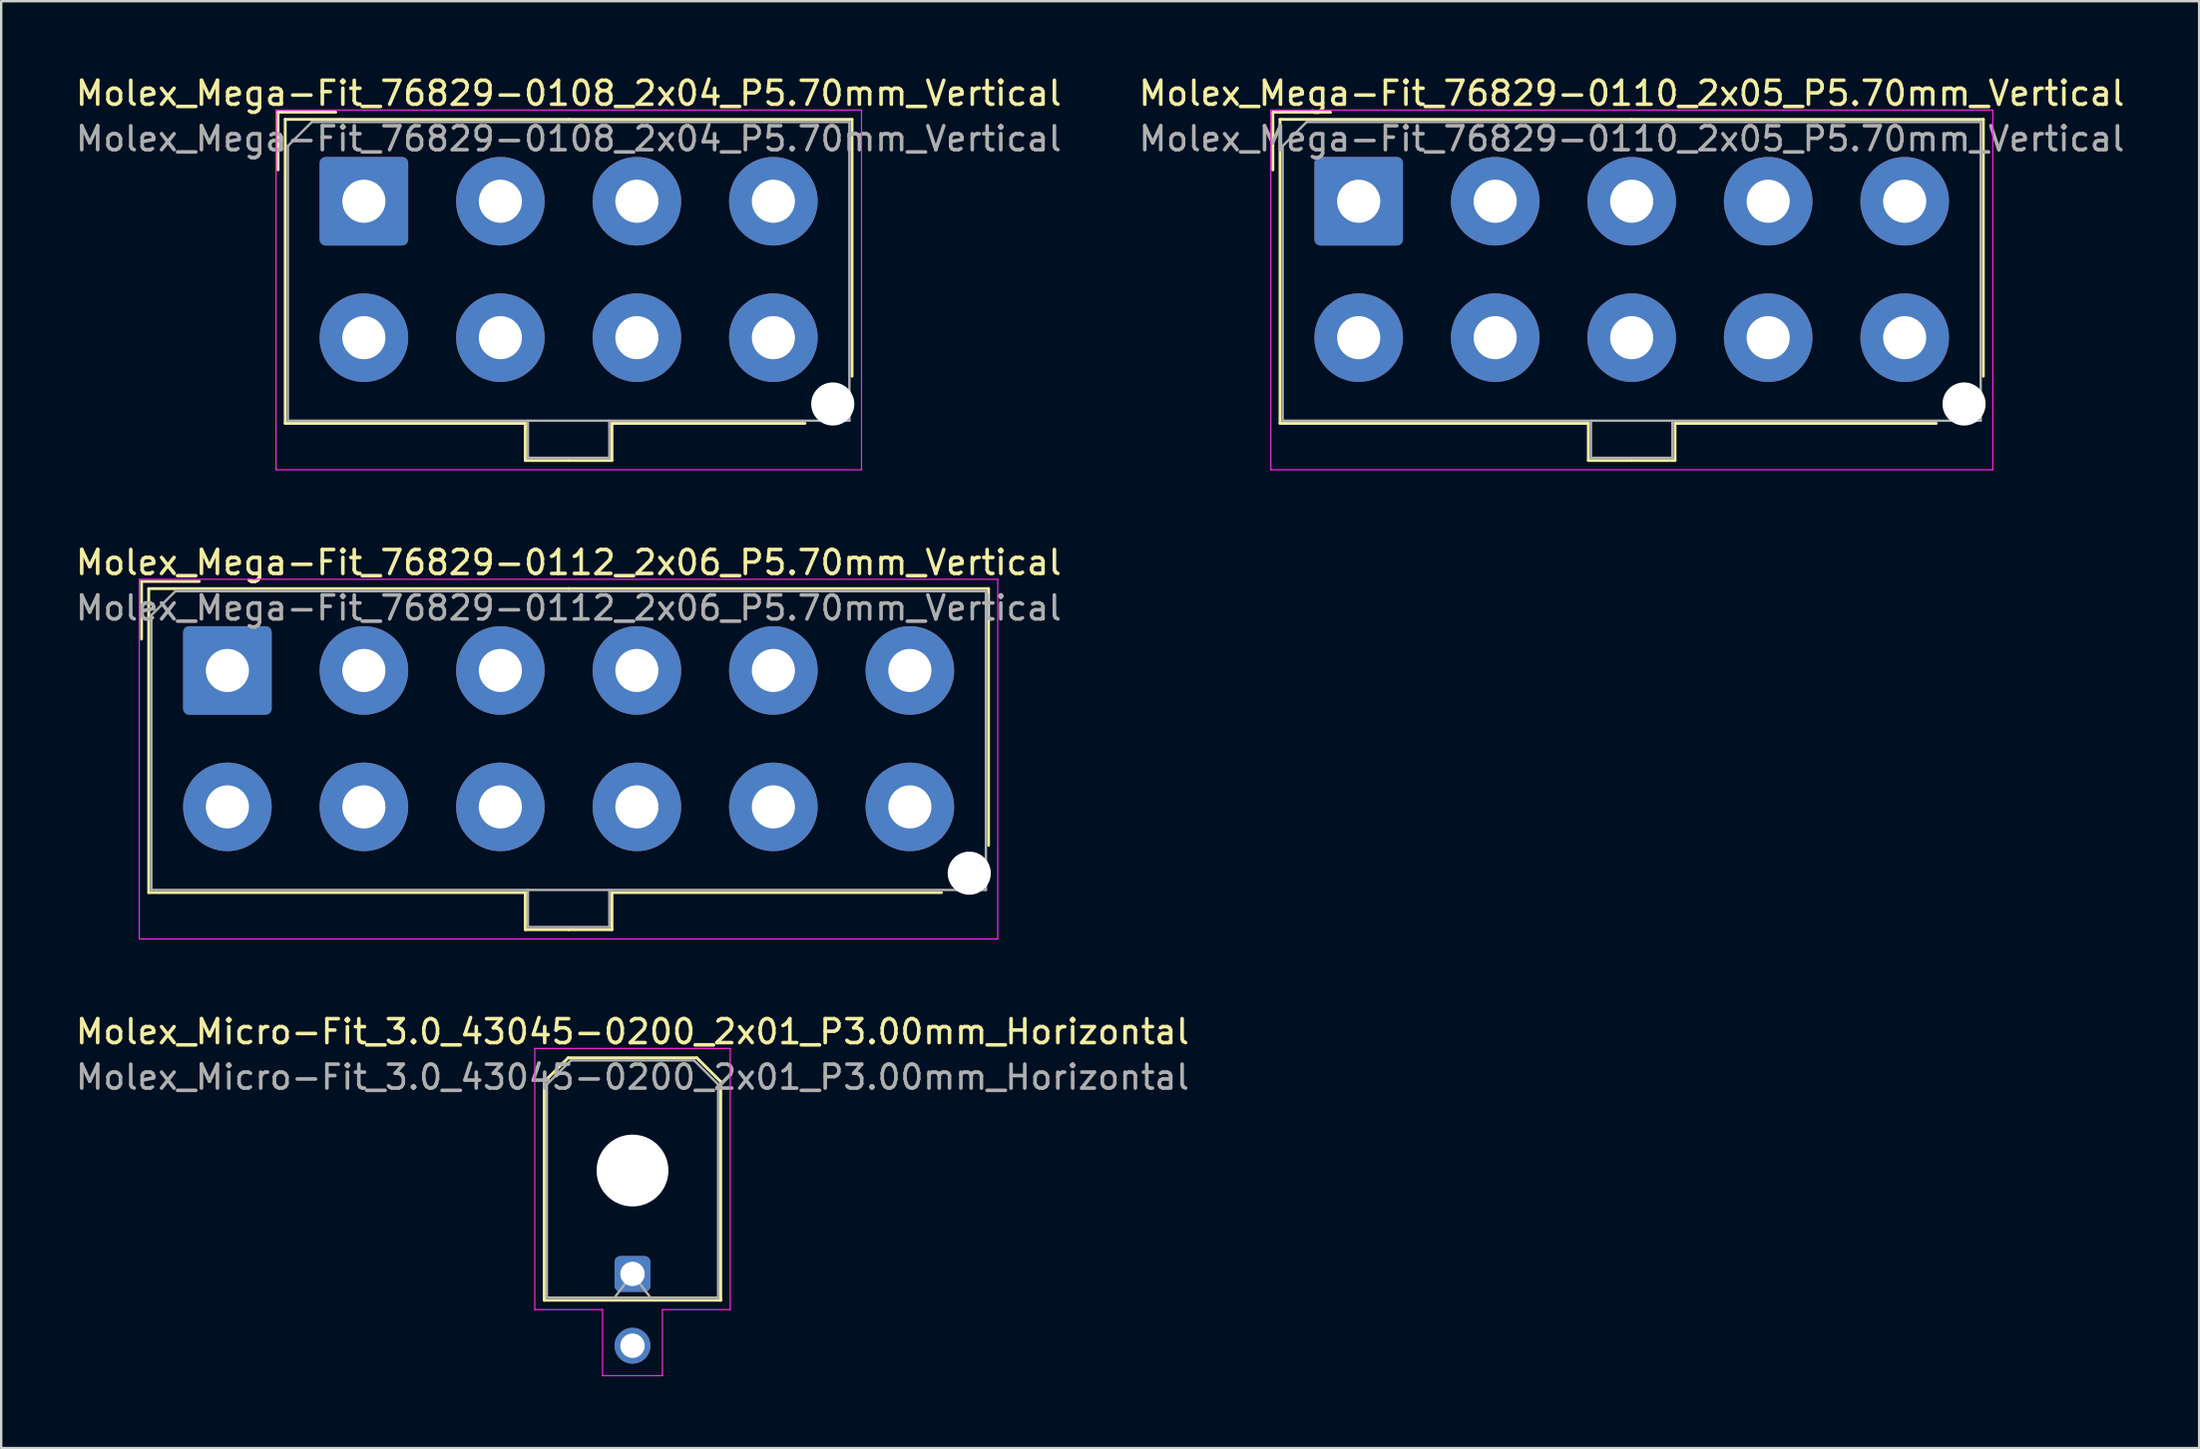
<source format=kicad_pcb>
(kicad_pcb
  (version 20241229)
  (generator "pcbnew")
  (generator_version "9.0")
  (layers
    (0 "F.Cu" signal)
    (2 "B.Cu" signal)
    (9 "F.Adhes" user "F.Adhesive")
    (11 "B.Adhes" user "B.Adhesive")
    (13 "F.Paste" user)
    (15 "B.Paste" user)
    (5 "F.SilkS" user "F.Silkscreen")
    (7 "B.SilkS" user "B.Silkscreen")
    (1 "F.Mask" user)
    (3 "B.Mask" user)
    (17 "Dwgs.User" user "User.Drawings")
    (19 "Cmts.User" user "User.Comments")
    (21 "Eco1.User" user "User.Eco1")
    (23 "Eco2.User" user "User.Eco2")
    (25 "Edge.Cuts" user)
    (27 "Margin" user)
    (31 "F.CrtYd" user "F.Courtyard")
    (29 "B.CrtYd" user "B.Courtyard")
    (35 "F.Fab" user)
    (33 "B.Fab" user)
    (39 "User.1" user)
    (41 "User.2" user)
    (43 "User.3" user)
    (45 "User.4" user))
  (footprint "Molex_Mega-Fit_76829-0112_2x06_P5.70mm_Vertical"
    (layer "F.Cu")
    (at 6.446 24.962)
    (property "Reference" "Molex_Mega-Fit_76829-0112_2x06_P5.70mm_Vertical" (at 14.25 -4.51 0) (layer "F.SilkS") (effects (font (size 1 1) (thickness 0.15))))
    (attr through_hole)
    (fp_line (start -3.585 -3.72) (end -1.175 -3.72) (stroke (width 0.12) (type solid)) (layer "F.SilkS"))
    (fp_line (start -3.585 -1.31) (end -3.585 -3.72) (stroke (width 0.12) (type solid)) (layer "F.SilkS"))
    (fp_line (start -3.285 -3.42) (end -3.285 9.28) (stroke (width 0.12) (type solid)) (layer "F.SilkS"))
    (fp_line (start -3.285 9.28) (end 12.44 9.28) (stroke (width 0.12) (type solid)) (layer "F.SilkS"))
    (fp_line (start 12.44 9.28) (end 12.44 10.83) (stroke (width 0.12) (type solid)) (layer "F.SilkS"))
    (fp_line (start 12.44 10.83) (end 14.25 10.83) (stroke (width 0.12) (type solid)) (layer "F.SilkS"))
    (fp_line (start 14.25 -3.42) (end -3.285 -3.42) (stroke (width 0.12) (type solid)) (layer "F.SilkS"))
    (fp_line (start 14.25 -3.42) (end 31.785 -3.42) (stroke (width 0.12) (type solid)) (layer "F.SilkS"))
    (fp_line (start 16.06 9.28) (end 16.06 10.83) (stroke (width 0.12) (type solid)) (layer "F.SilkS"))
    (fp_line (start 16.06 10.83) (end 14.25 10.83) (stroke (width 0.12) (type solid)) (layer "F.SilkS"))
    (fp_line (start 29.82 9.28) (end 16.06 9.28) (stroke (width 0.12) (type solid)) (layer "F.SilkS"))
    (fp_line (start 31.785 -3.42) (end 31.785 7.31) (stroke (width 0.12) (type solid)) (layer "F.SilkS"))
    (fp_line (start -3.68 -3.81) (end -3.68 11.22) (stroke (width 0.05) (type solid)) (layer "F.CrtYd"))
    (fp_line (start -3.68 11.22) (end 32.17 11.22) (stroke (width 0.05) (type solid)) (layer "F.CrtYd"))
    (fp_line (start 32.17 -3.81) (end -3.68 -3.81) (stroke (width 0.05) (type solid)) (layer "F.CrtYd"))
    (fp_line (start 32.17 11.22) (end 32.17 -3.81) (stroke (width 0.05) (type solid)) (layer "F.CrtYd"))
    (fp_line (start -3.175 -2.31) (end -3.175 9.17) (stroke (width 0.1) (type solid)) (layer "F.Fab"))
    (fp_line (start -3.175 9.17) (end 31.675 9.17) (stroke (width 0.1) (type solid)) (layer "F.Fab"))
    (fp_line (start -2.175 -3.31) (end -3.175 -2.31) (stroke (width 0.1) (type solid)) (layer "F.Fab"))
    (fp_line (start 12.55 9.17) (end 12.55 10.72) (stroke (width 0.1) (type solid)) (layer "F.Fab"))
    (fp_line (start 12.55 10.72) (end 15.95 10.72) (stroke (width 0.1) (type solid)) (layer "F.Fab"))
    (fp_line (start 15.95 10.72) (end 15.95 9.17) (stroke (width 0.1) (type solid)) (layer "F.Fab"))
    (fp_line (start 31.675 -3.31) (end -2.175 -3.31) (stroke (width 0.1) (type solid)) (layer "F.Fab"))
    (fp_line (start 31.675 9.17) (end 31.675 -3.31) (stroke (width 0.1) (type solid)) (layer "F.Fab"))
    (fp_text user "${REFERENCE}" (at 14.25 -2.61 0) (layer "F.Fab") (effects (font (size 1 1) (thickness 0.15))))
    (pad "" np_thru_hole circle (at 30.98 8.47) (size 1.8 1.8) (drill 1.8) (layers "*.Cu" "*.Mask"))
    (pad "1" thru_hole roundrect (at 0 0) (size 3.7 3.7) (drill 1.8) (layers "*.Cu" "*.Mask") (roundrect_rratio 0.068))
    (pad "2" thru_hole circle (at 5.7 0) (size 3.7 3.7) (drill 1.8) (layers "*.Cu" "*.Mask"))
    (pad "3" thru_hole circle (at 11.4 0) (size 3.7 3.7) (drill 1.8) (layers "*.Cu" "*.Mask"))
    (pad "4" thru_hole circle (at 17.1 0) (size 3.7 3.7) (drill 1.8) (layers "*.Cu" "*.Mask"))
    (pad "5" thru_hole circle (at 22.8 0) (size 3.7 3.7) (drill 1.8) (layers "*.Cu" "*.Mask"))
    (pad "6" thru_hole circle (at 28.5 0) (size 3.7 3.7) (drill 1.8) (layers "*.Cu" "*.Mask"))
    (pad "7" thru_hole circle (at 0 5.7) (size 3.7 3.7) (drill 1.8) (layers "*.Cu" "*.Mask"))
    (pad "8" thru_hole circle (at 5.7 5.7) (size 3.7 3.7) (drill 1.8) (layers "*.Cu" "*.Mask"))
    (pad "9" thru_hole circle (at 11.4 5.7) (size 3.7 3.7) (drill 1.8) (layers "*.Cu" "*.Mask"))
    (pad "10" thru_hole circle (at 17.1 5.7) (size 3.7 3.7) (drill 1.8) (layers "*.Cu" "*.Mask"))
    (pad "11" thru_hole circle (at 22.8 5.7) (size 3.7 3.7) (drill 1.8) (layers "*.Cu" "*.Mask"))
    (pad "12" thru_hole circle (at 28.5 5.7) (size 3.7 3.7) (drill 1.8) (layers "*.Cu" "*.Mask")))
  (footprint "Molex_Mega-Fit_76829-0108_2x04_P5.70mm_Vertical"
    (layer "F.Cu")
    (at 12.146 5.358)
    (property "Reference" "Molex_Mega-Fit_76829-0108_2x04_P5.70mm_Vertical" (at 8.55 -4.51 0) (layer "F.SilkS") (effects (font (size 1 1) (thickness 0.15))))
    (attr through_hole)
    (fp_line (start -3.585 -3.72) (end -1.175 -3.72) (stroke (width 0.12) (type solid)) (layer "F.SilkS"))
    (fp_line (start -3.585 -1.31) (end -3.585 -3.72) (stroke (width 0.12) (type solid)) (layer "F.SilkS"))
    (fp_line (start -3.285 -3.42) (end -3.285 9.28) (stroke (width 0.12) (type solid)) (layer "F.SilkS"))
    (fp_line (start -3.285 9.28) (end 6.74 9.28) (stroke (width 0.12) (type solid)) (layer "F.SilkS"))
    (fp_line (start 6.74 9.28) (end 6.74 10.83) (stroke (width 0.12) (type solid)) (layer "F.SilkS"))
    (fp_line (start 6.74 10.83) (end 8.55 10.83) (stroke (width 0.12) (type solid)) (layer "F.SilkS"))
    (fp_line (start 8.55 -3.42) (end -3.285 -3.42) (stroke (width 0.12) (type solid)) (layer "F.SilkS"))
    (fp_line (start 8.55 -3.42) (end 20.385 -3.42) (stroke (width 0.12) (type solid)) (layer "F.SilkS"))
    (fp_line (start 10.36 9.28) (end 10.36 10.83) (stroke (width 0.12) (type solid)) (layer "F.SilkS"))
    (fp_line (start 10.36 10.83) (end 8.55 10.83) (stroke (width 0.12) (type solid)) (layer "F.SilkS"))
    (fp_line (start 18.42 9.28) (end 10.36 9.28) (stroke (width 0.12) (type solid)) (layer "F.SilkS"))
    (fp_line (start 20.385 -3.42) (end 20.385 7.31) (stroke (width 0.12) (type solid)) (layer "F.SilkS"))
    (fp_line (start -3.67 -3.81) (end -3.67 11.22) (stroke (width 0.05) (type solid)) (layer "F.CrtYd"))
    (fp_line (start -3.67 11.22) (end 20.78 11.22) (stroke (width 0.05) (type solid)) (layer "F.CrtYd"))
    (fp_line (start 20.78 -3.81) (end -3.67 -3.81) (stroke (width 0.05) (type solid)) (layer "F.CrtYd"))
    (fp_line (start 20.78 11.22) (end 20.78 -3.81) (stroke (width 0.05) (type solid)) (layer "F.CrtYd"))
    (fp_line (start -3.175 -2.31) (end -3.175 9.17) (stroke (width 0.1) (type solid)) (layer "F.Fab"))
    (fp_line (start -3.175 9.17) (end 20.275 9.17) (stroke (width 0.1) (type solid)) (layer "F.Fab"))
    (fp_line (start -2.175 -3.31) (end -3.175 -2.31) (stroke (width 0.1) (type solid)) (layer "F.Fab"))
    (fp_line (start 6.85 9.17) (end 6.85 10.72) (stroke (width 0.1) (type solid)) (layer "F.Fab"))
    (fp_line (start 6.85 10.72) (end 10.25 10.72) (stroke (width 0.1) (type solid)) (layer "F.Fab"))
    (fp_line (start 10.25 10.72) (end 10.25 9.17) (stroke (width 0.1) (type solid)) (layer "F.Fab"))
    (fp_line (start 20.275 -3.31) (end -2.175 -3.31) (stroke (width 0.1) (type solid)) (layer "F.Fab"))
    (fp_line (start 20.275 9.17) (end 20.275 -3.31) (stroke (width 0.1) (type solid)) (layer "F.Fab"))
    (fp_text user "${REFERENCE}" (at 8.55 -2.61 0) (layer "F.Fab") (effects (font (size 1 1) (thickness 0.15))))
    (pad "" np_thru_hole circle (at 19.58 8.47) (size 1.8 1.8) (drill 1.8) (layers "*.Cu" "*.Mask"))
    (pad "1" thru_hole roundrect (at 0 0) (size 3.7 3.7) (drill 1.8) (layers "*.Cu" "*.Mask") (roundrect_rratio 0.068))
    (pad "2" thru_hole circle (at 5.7 0) (size 3.7 3.7) (drill 1.8) (layers "*.Cu" "*.Mask"))
    (pad "3" thru_hole circle (at 11.4 0) (size 3.7 3.7) (drill 1.8) (layers "*.Cu" "*.Mask"))
    (pad "4" thru_hole circle (at 17.1 0) (size 3.7 3.7) (drill 1.8) (layers "*.Cu" "*.Mask"))
    (pad "5" thru_hole circle (at 0 5.7) (size 3.7 3.7) (drill 1.8) (layers "*.Cu" "*.Mask"))
    (pad "6" thru_hole circle (at 5.7 5.7) (size 3.7 3.7) (drill 1.8) (layers "*.Cu" "*.Mask"))
    (pad "7" thru_hole circle (at 11.4 5.7) (size 3.7 3.7) (drill 1.8) (layers "*.Cu" "*.Mask"))
    (pad "8" thru_hole circle (at 17.1 5.7) (size 3.7 3.7) (drill 1.8) (layers "*.Cu" "*.Mask")))
  (footprint "Molex_Micro-Fit_3.0_43045-0200_2x01_P3.00mm_Horizontal"
    (layer "F.Cu")
    (at 23.363 50.175)
    (property "Reference" "Molex_Micro-Fit_3.0_43045-0200_2x01_P3.00mm_Horizontal" (at 0 -10.12 0) (layer "F.SilkS") (effects (font (size 1 1) (thickness 0.15))))
    (attr through_hole)
    (fp_line (start -3.685 -8.03) (end -2.685 -9.03) (stroke (width 0.12) (type solid)) (layer "F.SilkS"))
    (fp_line (start -3.685 1.1) (end -3.685 -8.03) (stroke (width 0.12) (type solid)) (layer "F.SilkS"))
    (fp_line (start -2.685 -9.03) (end 2.685 -9.03) (stroke (width 0.12) (type solid)) (layer "F.SilkS"))
    (fp_line (start 2.685 -9.03) (end 3.685 -8.03) (stroke (width 0.12) (type solid)) (layer "F.SilkS"))
    (fp_line (start 3.685 -8.03) (end 3.685 1.1) (stroke (width 0.12) (type solid)) (layer "F.SilkS"))
    (fp_line (start 3.685 1.1) (end -3.685 1.1) (stroke (width 0.12) (type solid)) (layer "F.SilkS"))
    (fp_line (start -4.08 -9.42) (end 4.08 -9.42) (stroke (width 0.05) (type solid)) (layer "F.CrtYd"))
    (fp_line (start -4.08 1.49) (end -4.08 -9.42) (stroke (width 0.05) (type solid)) (layer "F.CrtYd"))
    (fp_line (start -1.25 1.49) (end -4.08 1.49) (stroke (width 0.05) (type solid)) (layer "F.CrtYd"))
    (fp_line (start -1.25 4.25) (end -1.25 1.49) (stroke (width 0.05) (type solid)) (layer "F.CrtYd"))
    (fp_line (start 1.25 1.49) (end 1.25 4.25) (stroke (width 0.05) (type solid)) (layer "F.CrtYd"))
    (fp_line (start 1.25 4.25) (end -1.25 4.25) (stroke (width 0.05) (type solid)) (layer "F.CrtYd"))
    (fp_line (start 4.08 -9.42) (end 4.08 1.49) (stroke (width 0.05) (type solid)) (layer "F.CrtYd"))
    (fp_line (start 4.08 1.49) (end 1.25 1.49) (stroke (width 0.05) (type solid)) (layer "F.CrtYd"))
    (fp_line (start -3.575 -7.92) (end -2.575 -8.92) (stroke (width 0.1) (type solid)) (layer "F.Fab"))
    (fp_line (start -3.575 0.99) (end -3.575 -7.92) (stroke (width 0.1) (type solid)) (layer "F.Fab"))
    (fp_line (start -2.575 -8.92) (end 2.575 -8.92) (stroke (width 0.1) (type solid)) (layer "F.Fab"))
    (fp_line (start -0.75 0.99) (end 0 0) (stroke (width 0.1) (type solid)) (layer "F.Fab"))
    (fp_line (start 0 0) (end 0.75 0.99) (stroke (width 0.1) (type solid)) (layer "F.Fab"))
    (fp_line (start 2.575 -8.92) (end 3.575 -7.92) (stroke (width 0.1) (type solid)) (layer "F.Fab"))
    (fp_line (start 3.575 -7.92) (end 3.575 0.99) (stroke (width 0.1) (type solid)) (layer "F.Fab"))
    (fp_line (start 3.575 0.99) (end -3.575 0.99) (stroke (width 0.1) (type solid)) (layer "F.Fab"))
    (fp_text user "${REFERENCE}" (at 0 -8.22 0) (layer "F.Fab") (effects (font (size 1 1) (thickness 0.15))))
    (pad "" np_thru_hole circle (at 0 -4.32) (size 3 3) (drill 3) (layers "*.Cu" "*.Mask"))
    (pad "1" thru_hole roundrect (at 0 0) (size 1.5 1.5) (drill 1.02) (layers "*.Cu" "*.Mask") (roundrect_rratio 0.167))
    (pad "2" thru_hole circle (at 0 3) (size 1.5 1.5) (drill 1.02) (layers "*.Cu" "*.Mask")))
  (footprint "Molex_Mega-Fit_76829-0110_2x05_P5.70mm_Vertical"
    (layer "F.Cu")
    (at 53.689 5.358)
    (property "Reference" "Molex_Mega-Fit_76829-0110_2x05_P5.70mm_Vertical" (at 11.4 -4.51 0) (layer "F.SilkS") (effects (font (size 1 1) (thickness 0.15))))
    (attr through_hole)
    (fp_line (start -3.585 -3.72) (end -1.175 -3.72) (stroke (width 0.12) (type solid)) (layer "F.SilkS"))
    (fp_line (start -3.585 -1.31) (end -3.585 -3.72) (stroke (width 0.12) (type solid)) (layer "F.SilkS"))
    (fp_line (start -3.285 -3.42) (end -3.285 9.28) (stroke (width 0.12) (type solid)) (layer "F.SilkS"))
    (fp_line (start -3.285 9.28) (end 9.59 9.28) (stroke (width 0.12) (type solid)) (layer "F.SilkS"))
    (fp_line (start 9.59 9.28) (end 9.59 10.83) (stroke (width 0.12) (type solid)) (layer "F.SilkS"))
    (fp_line (start 9.59 10.83) (end 11.4 10.83) (stroke (width 0.12) (type solid)) (layer "F.SilkS"))
    (fp_line (start 11.4 -3.42) (end -3.285 -3.42) (stroke (width 0.12) (type solid)) (layer "F.SilkS"))
    (fp_line (start 11.4 -3.42) (end 26.085 -3.42) (stroke (width 0.12) (type solid)) (layer "F.SilkS"))
    (fp_line (start 13.21 9.28) (end 13.21 10.83) (stroke (width 0.12) (type solid)) (layer "F.SilkS"))
    (fp_line (start 13.21 10.83) (end 11.4 10.83) (stroke (width 0.12) (type solid)) (layer "F.SilkS"))
    (fp_line (start 24.12 9.28) (end 13.21 9.28) (stroke (width 0.12) (type solid)) (layer "F.SilkS"))
    (fp_line (start 26.085 -3.42) (end 26.085 7.31) (stroke (width 0.12) (type solid)) (layer "F.SilkS"))
    (fp_line (start -3.67 -3.81) (end -3.67 11.22) (stroke (width 0.05) (type solid)) (layer "F.CrtYd"))
    (fp_line (start -3.67 11.22) (end 26.48 11.22) (stroke (width 0.05) (type solid)) (layer "F.CrtYd"))
    (fp_line (start 26.48 -3.81) (end -3.67 -3.81) (stroke (width 0.05) (type solid)) (layer "F.CrtYd"))
    (fp_line (start 26.48 11.22) (end 26.48 -3.81) (stroke (width 0.05) (type solid)) (layer "F.CrtYd"))
    (fp_line (start -3.175 -2.31) (end -3.175 9.17) (stroke (width 0.1) (type solid)) (layer "F.Fab"))
    (fp_line (start -3.175 9.17) (end 25.975 9.17) (stroke (width 0.1) (type solid)) (layer "F.Fab"))
    (fp_line (start -2.175 -3.31) (end -3.175 -2.31) (stroke (width 0.1) (type solid)) (layer "F.Fab"))
    (fp_line (start 9.7 9.17) (end 9.7 10.72) (stroke (width 0.1) (type solid)) (layer "F.Fab"))
    (fp_line (start 9.7 10.72) (end 13.1 10.72) (stroke (width 0.1) (type solid)) (layer "F.Fab"))
    (fp_line (start 13.1 10.72) (end 13.1 9.17) (stroke (width 0.1) (type solid)) (layer "F.Fab"))
    (fp_line (start 25.975 -3.31) (end -2.175 -3.31) (stroke (width 0.1) (type solid)) (layer "F.Fab"))
    (fp_line (start 25.975 9.17) (end 25.975 -3.31) (stroke (width 0.1) (type solid)) (layer "F.Fab"))
    (fp_text user "${REFERENCE}" (at 11.4 -2.61 0) (layer "F.Fab") (effects (font (size 1 1) (thickness 0.15))))
    (pad "" np_thru_hole circle (at 25.28 8.47) (size 1.8 1.8) (drill 1.8) (layers "*.Cu" "*.Mask"))
    (pad "1" thru_hole roundrect (at 0 0) (size 3.7 3.7) (drill 1.8) (layers "*.Cu" "*.Mask") (roundrect_rratio 0.068))
    (pad "2" thru_hole circle (at 5.7 0) (size 3.7 3.7) (drill 1.8) (layers "*.Cu" "*.Mask"))
    (pad "3" thru_hole circle (at 11.4 0) (size 3.7 3.7) (drill 1.8) (layers "*.Cu" "*.Mask"))
    (pad "4" thru_hole circle (at 17.1 0) (size 3.7 3.7) (drill 1.8) (layers "*.Cu" "*.Mask"))
    (pad "5" thru_hole circle (at 22.8 0) (size 3.7 3.7) (drill 1.8) (layers "*.Cu" "*.Mask"))
    (pad "6" thru_hole circle (at 0 5.7) (size 3.7 3.7) (drill 1.8) (layers "*.Cu" "*.Mask"))
    (pad "7" thru_hole circle (at 5.7 5.7) (size 3.7 3.7) (drill 1.8) (layers "*.Cu" "*.Mask"))
    (pad "8" thru_hole circle (at 11.4 5.7) (size 3.7 3.7) (drill 1.8) (layers "*.Cu" "*.Mask"))
    (pad "9" thru_hole circle (at 17.1 5.7) (size 3.7 3.7) (drill 1.8) (layers "*.Cu" "*.Mask"))
    (pad "10" thru_hole circle (at 22.8 5.7) (size 3.7 3.7) (drill 1.8) (layers "*.Cu" "*.Mask")))
  (gr_rect
    (start -3 -3)
    (end 88.786 57.45)
    (stroke (width 0.1) (type default))
    (fill no)
    (layer "Edge.Cuts")))
</source>
